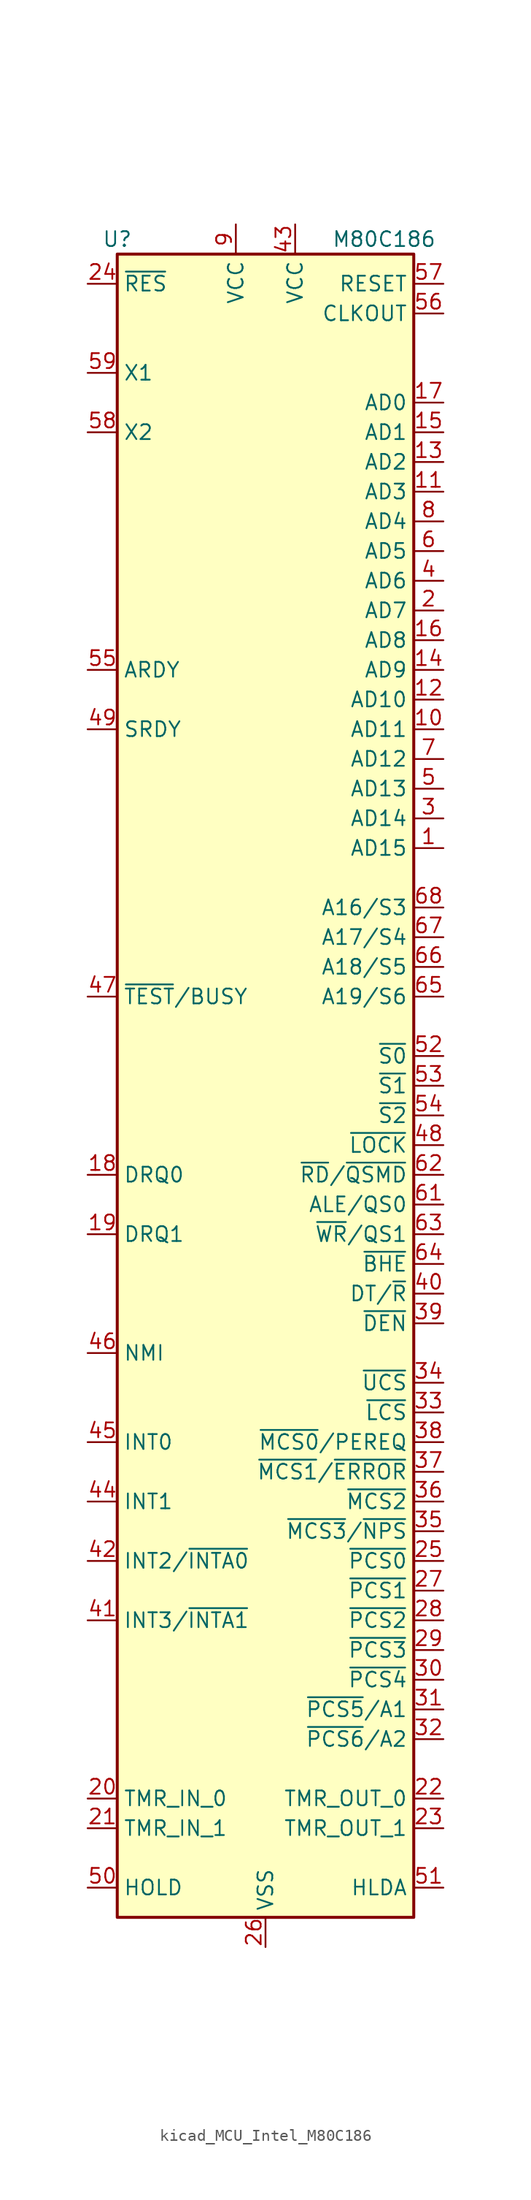
<source format=kicad_sym>
(kicad_symbol_lib
  (version 20220914)
  (generator kicad_symbol_editor)
  (symbol "kicad_MCU_Intel_M80C186"
    (property "Reference" "U"
      (at -12.7 72.39 0)
      (effects (font (size 1.27 1.27))))
    (property "Value" "M80C186"
      (at 10.16 72.39 0)
      (effects (font (size 1.27 1.27))))
    (symbol "kicad_MCU_Intel_M80C186_0_1"
      (rectangle (start 12.7 -71.12) (end -12.7 71.12) (stroke (width 0.254) (type default)) (fill (type background))))
    (symbol "kicad_MCU_Intel_M80C186_1_1"
      (pin bidirectional line (at 15.24 20.32 180) (length 2.54) (name "AD15" (effects (font (size 1.27 1.27)))) (number "1" (effects (font (size 1.27 1.27)))))
      (pin bidirectional line (at 15.24 30.48 180) (length 2.54) (name "AD11" (effects (font (size 1.27 1.27)))) (number "10" (effects (font (size 1.27 1.27)))))
      (pin bidirectional line (at 15.24 50.8 180) (length 2.54) (name "AD3" (effects (font (size 1.27 1.27)))) (number "11" (effects (font (size 1.27 1.27)))))
      (pin bidirectional line (at 15.24 33.02 180) (length 2.54) (name "AD10" (effects (font (size 1.27 1.27)))) (number "12" (effects (font (size 1.27 1.27)))))
      (pin bidirectional line (at 15.24 53.34 180) (length 2.54) (name "AD2" (effects (font (size 1.27 1.27)))) (number "13" (effects (font (size 1.27 1.27)))))
      (pin bidirectional line (at 15.24 35.56 180) (length 2.54) (name "AD9" (effects (font (size 1.27 1.27)))) (number "14" (effects (font (size 1.27 1.27)))))
      (pin bidirectional line (at 15.24 55.88 180) (length 2.54) (name "AD1" (effects (font (size 1.27 1.27)))) (number "15" (effects (font (size 1.27 1.27)))))
      (pin bidirectional line (at 15.24 38.1 180) (length 2.54) (name "AD8" (effects (font (size 1.27 1.27)))) (number "16" (effects (font (size 1.27 1.27)))))
      (pin bidirectional line (at 15.24 58.42 180) (length 2.54) (name "AD0" (effects (font (size 1.27 1.27)))) (number "17" (effects (font (size 1.27 1.27)))))
      (pin input line (at -15.24 -7.62 0) (length 2.54) (name "DRQ0" (effects (font (size 1.27 1.27)))) (number "18" (effects (font (size 1.27 1.27)))))
      (pin input line (at -15.24 -12.7 0) (length 2.54) (name "DRQ1" (effects (font (size 1.27 1.27)))) (number "19" (effects (font (size 1.27 1.27)))))
      (pin bidirectional line (at 15.24 40.64 180) (length 2.54) (name "AD7" (effects (font (size 1.27 1.27)))) (number "2" (effects (font (size 1.27 1.27)))))
      (pin input line (at -15.24 -60.96 0) (length 2.54) (name "TMR_IN_0" (effects (font (size 1.27 1.27)))) (number "20" (effects (font (size 1.27 1.27)))))
      (pin input line (at -15.24 -63.5 0) (length 2.54) (name "TMR_IN_1" (effects (font (size 1.27 1.27)))) (number "21" (effects (font (size 1.27 1.27)))))
      (pin output line (at 15.24 -60.96 180) (length 2.54) (name "TMR_OUT_0" (effects (font (size 1.27 1.27)))) (number "22" (effects (font (size 1.27 1.27)))))
      (pin output line (at 15.24 -63.5 180) (length 2.54) (name "TMR_OUT_1" (effects (font (size 1.27 1.27)))) (number "23" (effects (font (size 1.27 1.27)))))
      (pin input line (at -15.24 68.58 0) (length 2.54) (name "~{RES}" (effects (font (size 1.27 1.27)))) (number "24" (effects (font (size 1.27 1.27)))))
      (pin output line (at 15.24 -40.64 180) (length 2.54) (name "~{PCS0}" (effects (font (size 1.27 1.27)))) (number "25" (effects (font (size 1.27 1.27)))))
      (pin power_in line (at 0 -73.66 90) (length 2.54) (name "VSS" (effects (font (size 1.27 1.27)))) (number "26" (effects (font (size 1.27 1.27)))))
      (pin output line (at 15.24 -43.18 180) (length 2.54) (name "~{PCS1}" (effects (font (size 1.27 1.27)))) (number "27" (effects (font (size 1.27 1.27)))))
      (pin output line (at 15.24 -45.72 180) (length 2.54) (name "~{PCS2}" (effects (font (size 1.27 1.27)))) (number "28" (effects (font (size 1.27 1.27)))))
      (pin output line (at 15.24 -48.26 180) (length 2.54) (name "~{PCS3}" (effects (font (size 1.27 1.27)))) (number "29" (effects (font (size 1.27 1.27)))))
      (pin bidirectional line (at 15.24 22.86 180) (length 2.54) (name "AD14" (effects (font (size 1.27 1.27)))) (number "3" (effects (font (size 1.27 1.27)))))
      (pin output line (at 15.24 -50.8 180) (length 2.54) (name "~{PCS4}" (effects (font (size 1.27 1.27)))) (number "30" (effects (font (size 1.27 1.27)))))
      (pin output line (at 15.24 -53.34 180) (length 2.54) (name "~{PCS5}/A1" (effects (font (size 1.27 1.27)))) (number "31" (effects (font (size 1.27 1.27)))))
      (pin output line (at 15.24 -55.88 180) (length 2.54) (name "~{PCS6}/A2" (effects (font (size 1.27 1.27)))) (number "32" (effects (font (size 1.27 1.27)))))
      (pin output line (at 15.24 -27.94 180) (length 2.54) (name "~{LCS}" (effects (font (size 1.27 1.27)))) (number "33" (effects (font (size 1.27 1.27)))))
      (pin output line (at 15.24 -25.4 180) (length 2.54) (name "~{UCS}" (effects (font (size 1.27 1.27)))) (number "34" (effects (font (size 1.27 1.27)))))
      (pin output line (at 15.24 -38.1 180) (length 2.54) (name "~{MCS3}/~{NPS}" (effects (font (size 1.27 1.27)))) (number "35" (effects (font (size 1.27 1.27)))))
      (pin output line (at 15.24 -35.56 180) (length 2.54) (name "~{MCS2}" (effects (font (size 1.27 1.27)))) (number "36" (effects (font (size 1.27 1.27)))))
      (pin bidirectional line (at 15.24 -33.02 180) (length 2.54) (name "~{MCS1}/~{ERROR}" (effects (font (size 1.27 1.27)))) (number "37" (effects (font (size 1.27 1.27)))))
      (pin bidirectional line (at 15.24 -30.48 180) (length 2.54) (name "~{MCS0}/PEREQ" (effects (font (size 1.27 1.27)))) (number "38" (effects (font (size 1.27 1.27)))))
      (pin output line (at 15.24 -20.32 180) (length 2.54) (name "~{DEN}" (effects (font (size 1.27 1.27)))) (number "39" (effects (font (size 1.27 1.27)))))
      (pin bidirectional line (at 15.24 43.18 180) (length 2.54) (name "AD6" (effects (font (size 1.27 1.27)))) (number "4" (effects (font (size 1.27 1.27)))))
      (pin output line (at 15.24 -17.78 180) (length 2.54) (name "DT/~{R}" (effects (font (size 1.27 1.27)))) (number "40" (effects (font (size 1.27 1.27)))))
      (pin bidirectional line (at -15.24 -45.72 0) (length 2.54) (name "INT3/~{INTA1}" (effects (font (size 1.27 1.27)))) (number "41" (effects (font (size 1.27 1.27)))))
      (pin bidirectional line (at -15.24 -40.64 0) (length 2.54) (name "INT2/~{INTA0}" (effects (font (size 1.27 1.27)))) (number "42" (effects (font (size 1.27 1.27)))))
      (pin power_in line (at 2.54 73.66 270) (length 2.54) (name "VCC" (effects (font (size 1.27 1.27)))) (number "43" (effects (font (size 1.27 1.27)))))
      (pin input line (at -15.24 -35.56 0) (length 2.54) (name "INT1" (effects (font (size 1.27 1.27)))) (number "44" (effects (font (size 1.27 1.27)))))
      (pin input line (at -15.24 -30.48 0) (length 2.54) (name "INT0" (effects (font (size 1.27 1.27)))) (number "45" (effects (font (size 1.27 1.27)))))
      (pin input line (at -15.24 -22.86 0) (length 2.54) (name "NMI" (effects (font (size 1.27 1.27)))) (number "46" (effects (font (size 1.27 1.27)))))
      (pin input line (at -15.24 7.62 0) (length 2.54) (name "~{TEST}/BUSY" (effects (font (size 1.27 1.27)))) (number "47" (effects (font (size 1.27 1.27)))))
      (pin output line (at 15.24 -5.08 180) (length 2.54) (name "~{LOCK}" (effects (font (size 1.27 1.27)))) (number "48" (effects (font (size 1.27 1.27)))))
      (pin input line (at -15.24 30.48 0) (length 2.54) (name "SRDY" (effects (font (size 1.27 1.27)))) (number "49" (effects (font (size 1.27 1.27)))))
      (pin bidirectional line (at 15.24 25.4 180) (length 2.54) (name "AD13" (effects (font (size 1.27 1.27)))) (number "5" (effects (font (size 1.27 1.27)))))
      (pin input line (at -15.24 -68.58 0) (length 2.54) (name "HOLD" (effects (font (size 1.27 1.27)))) (number "50" (effects (font (size 1.27 1.27)))))
      (pin output line (at 15.24 -68.58 180) (length 2.54) (name "HLDA" (effects (font (size 1.27 1.27)))) (number "51" (effects (font (size 1.27 1.27)))))
      (pin output line (at 15.24 2.54 180) (length 2.54) (name "~{S0}" (effects (font (size 1.27 1.27)))) (number "52" (effects (font (size 1.27 1.27)))))
      (pin output line (at 15.24 0 180) (length 2.54) (name "~{S1}" (effects (font (size 1.27 1.27)))) (number "53" (effects (font (size 1.27 1.27)))))
      (pin output line (at 15.24 -2.54 180) (length 2.54) (name "~{S2}" (effects (font (size 1.27 1.27)))) (number "54" (effects (font (size 1.27 1.27)))))
      (pin input line (at -15.24 35.56 0) (length 2.54) (name "ARDY" (effects (font (size 1.27 1.27)))) (number "55" (effects (font (size 1.27 1.27)))))
      (pin output line (at 15.24 66.04 180) (length 2.54) (name "CLKOUT" (effects (font (size 1.27 1.27)))) (number "56" (effects (font (size 1.27 1.27)))))
      (pin output line (at 15.24 68.58 180) (length 2.54) (name "RESET" (effects (font (size 1.27 1.27)))) (number "57" (effects (font (size 1.27 1.27)))))
      (pin output line (at -15.24 55.88 0) (length 2.54) (name "X2" (effects (font (size 1.27 1.27)))) (number "58" (effects (font (size 1.27 1.27)))))
      (pin input line (at -15.24 60.96 0) (length 2.54) (name "X1" (effects (font (size 1.27 1.27)))) (number "59" (effects (font (size 1.27 1.27)))))
      (pin bidirectional line (at 15.24 45.72 180) (length 2.54) (name "AD5" (effects (font (size 1.27 1.27)))) (number "6" (effects (font (size 1.27 1.27)))))
      (pin passive line (at 0 -73.66 90) (length 2.54) hide (name "VSS" (effects (font (size 1.27 1.27)))) (number "60" (effects (font (size 1.27 1.27)))))
      (pin output line (at 15.24 -10.16 180) (length 2.54) (name "ALE/QS0" (effects (font (size 1.27 1.27)))) (number "61" (effects (font (size 1.27 1.27)))))
      (pin output line (at 15.24 -7.62 180) (length 2.54) (name "~{RD}/~{QSMD}" (effects (font (size 1.27 1.27)))) (number "62" (effects (font (size 1.27 1.27)))))
      (pin output line (at 15.24 -12.7 180) (length 2.54) (name "~{WR}/QS1" (effects (font (size 1.27 1.27)))) (number "63" (effects (font (size 1.27 1.27)))))
      (pin output line (at 15.24 -15.24 180) (length 2.54) (name "~{BHE}" (effects (font (size 1.27 1.27)))) (number "64" (effects (font (size 1.27 1.27)))))
      (pin output line (at 15.24 7.62 180) (length 2.54) (name "A19/S6" (effects (font (size 1.27 1.27)))) (number "65" (effects (font (size 1.27 1.27)))))
      (pin output line (at 15.24 10.16 180) (length 2.54) (name "A18/S5" (effects (font (size 1.27 1.27)))) (number "66" (effects (font (size 1.27 1.27)))))
      (pin output line (at 15.24 12.7 180) (length 2.54) (name "A17/S4" (effects (font (size 1.27 1.27)))) (number "67" (effects (font (size 1.27 1.27)))))
      (pin output line (at 15.24 15.24 180) (length 2.54) (name "A16/S3" (effects (font (size 1.27 1.27)))) (number "68" (effects (font (size 1.27 1.27)))))
      (pin bidirectional line (at 15.24 27.94 180) (length 2.54) (name "AD12" (effects (font (size 1.27 1.27)))) (number "7" (effects (font (size 1.27 1.27)))))
      (pin bidirectional line (at 15.24 48.26 180) (length 2.54) (name "AD4" (effects (font (size 1.27 1.27)))) (number "8" (effects (font (size 1.27 1.27)))))
      (pin power_in line (at -2.54 73.66 270) (length 2.54) (name "VCC" (effects (font (size 1.27 1.27)))) (number "9" (effects (font (size 1.27 1.27))))))))
</source>
